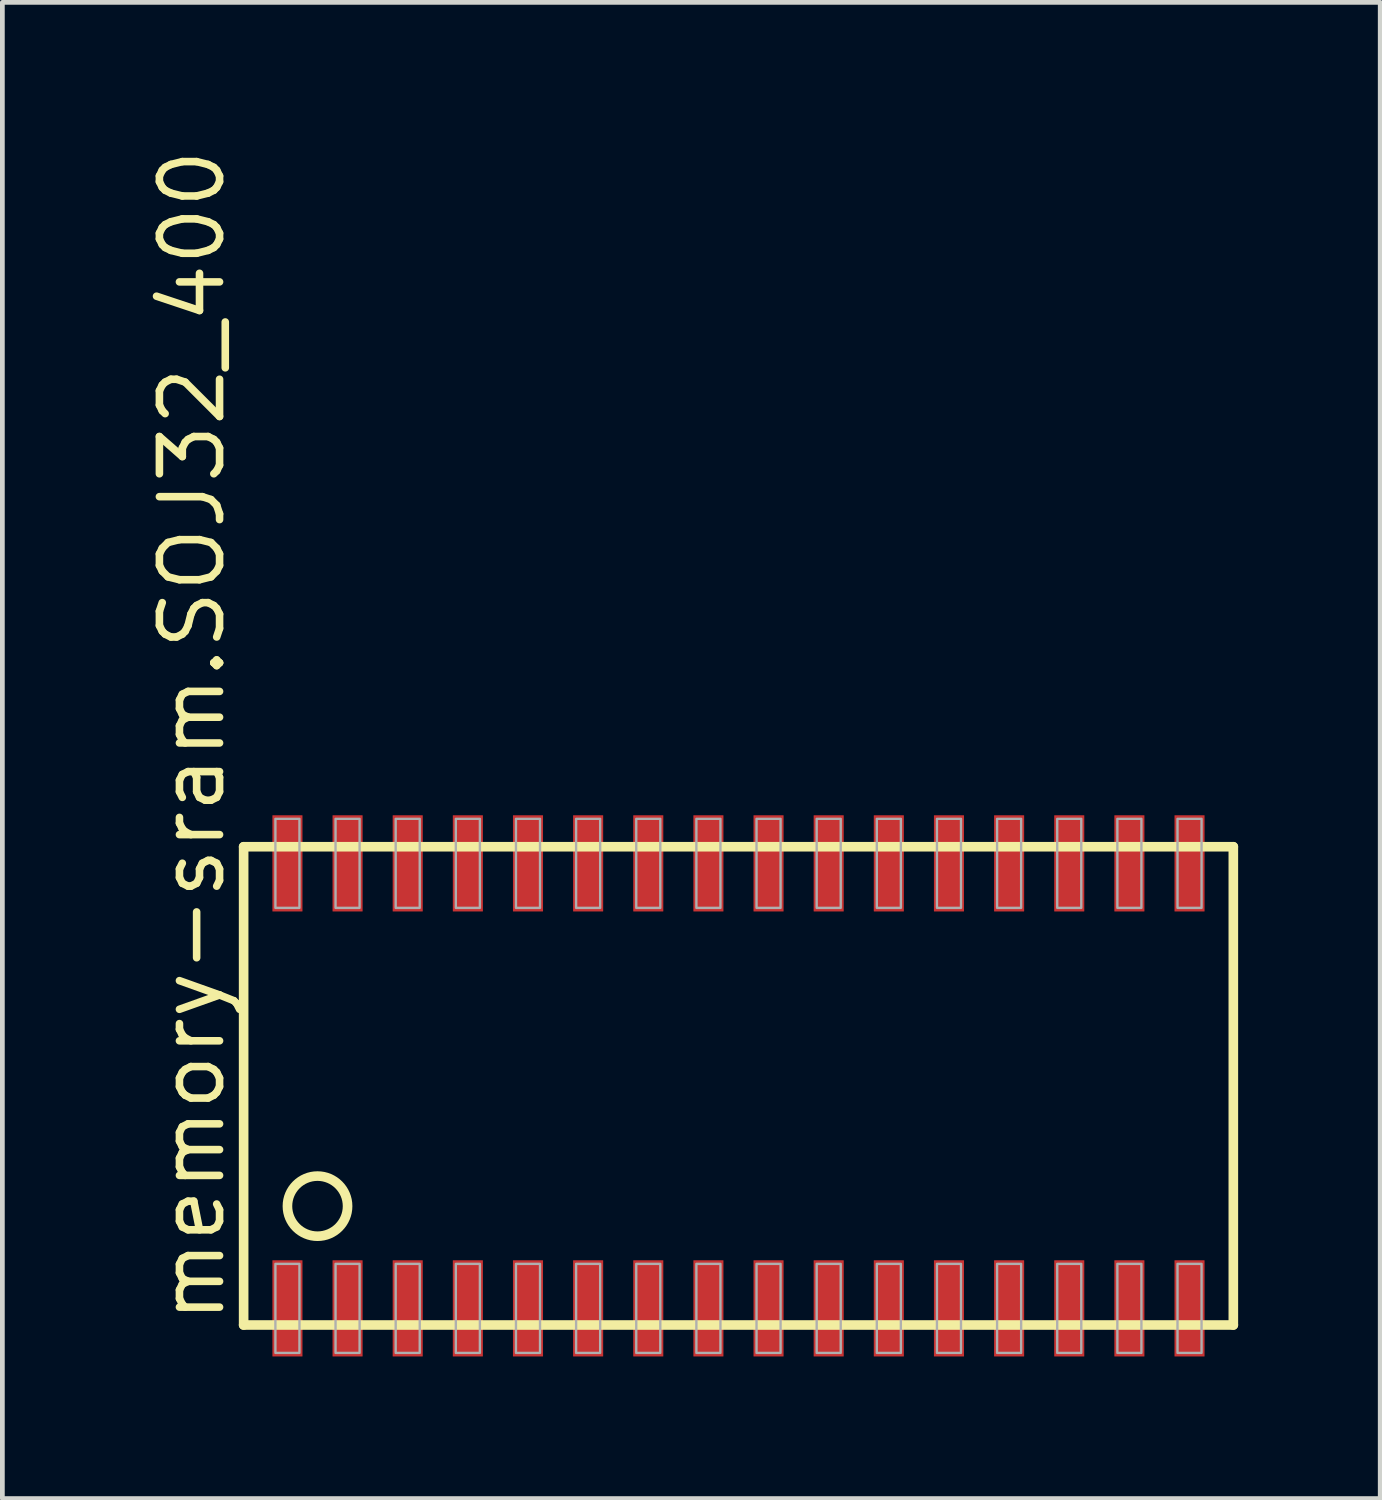
<source format=kicad_pcb>
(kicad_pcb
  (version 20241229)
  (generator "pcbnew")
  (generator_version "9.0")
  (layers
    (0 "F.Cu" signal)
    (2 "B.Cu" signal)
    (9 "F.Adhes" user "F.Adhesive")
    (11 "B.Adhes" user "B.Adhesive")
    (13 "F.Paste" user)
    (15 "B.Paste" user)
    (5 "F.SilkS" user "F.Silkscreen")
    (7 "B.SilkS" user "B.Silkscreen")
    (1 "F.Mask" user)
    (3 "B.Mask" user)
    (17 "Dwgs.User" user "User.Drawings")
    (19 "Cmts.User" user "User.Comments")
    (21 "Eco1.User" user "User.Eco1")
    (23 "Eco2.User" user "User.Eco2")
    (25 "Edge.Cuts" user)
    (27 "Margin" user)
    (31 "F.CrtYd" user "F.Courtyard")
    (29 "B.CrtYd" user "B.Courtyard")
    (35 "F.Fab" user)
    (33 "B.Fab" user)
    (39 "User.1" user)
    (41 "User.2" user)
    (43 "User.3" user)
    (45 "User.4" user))
  (footprint "memory-sram.SOJ32_400"
    (layer "F.Cu")
    (at 12.545 19.881)
    (property "Reference" "memory-sram.SOJ32_400" (at -10.795 5.08 90) (layer "F.SilkS") (effects (font (size 1.27 1.27) (thickness 0.16)) (justify left bottom)))
    (attr smd)
    (fp_line (start -10.45 -5.05) (end 10.45 -5.05) (stroke (width 0.203) (type default)) (layer "F.SilkS"))
    (fp_line (start -10.45 5.05) (end -10.45 -5.05) (stroke (width 0.203) (type default)) (layer "F.SilkS"))
    (fp_line (start 10.45 -5.05) (end 10.45 5.05) (stroke (width 0.203) (type default)) (layer "F.SilkS"))
    (fp_line (start 10.45 5.05) (end -10.45 5.05) (stroke (width 0.203) (type default)) (layer "F.SilkS"))
    (fp_circle (center -8.89 2.54) (end -8.255 2.54) (stroke (width 0.203) (type default)) (fill no) (layer "F.SilkS"))
    (fp_rect (start -9.779 -3.759) (end -9.271 -5.639) (stroke (width 0.05) (type default)) (fill no) (layer "F.Fab"))
    (fp_rect (start -9.779 5.639) (end -9.271 3.759) (stroke (width 0.05) (type default)) (fill no) (layer "F.Fab"))
    (fp_rect (start -8.509 -3.759) (end -8.001 -5.639) (stroke (width 0.05) (type default)) (fill no) (layer "F.Fab"))
    (fp_rect (start -8.509 5.639) (end -8.001 3.759) (stroke (width 0.05) (type default)) (fill no) (layer "F.Fab"))
    (fp_rect (start -7.239 -3.759) (end -6.731 -5.639) (stroke (width 0.05) (type default)) (fill no) (layer "F.Fab"))
    (fp_rect (start -7.239 5.639) (end -6.731 3.759) (stroke (width 0.05) (type default)) (fill no) (layer "F.Fab"))
    (fp_rect (start -5.969 -3.759) (end -5.461 -5.639) (stroke (width 0.05) (type default)) (fill no) (layer "F.Fab"))
    (fp_rect (start -5.969 5.639) (end -5.461 3.759) (stroke (width 0.05) (type default)) (fill no) (layer "F.Fab"))
    (fp_rect (start -4.699 -3.759) (end -4.191 -5.639) (stroke (width 0.05) (type default)) (fill no) (layer "F.Fab"))
    (fp_rect (start -4.699 5.639) (end -4.191 3.759) (stroke (width 0.05) (type default)) (fill no) (layer "F.Fab"))
    (fp_rect (start -3.429 -3.759) (end -2.921 -5.639) (stroke (width 0.05) (type default)) (fill no) (layer "F.Fab"))
    (fp_rect (start -3.429 5.639) (end -2.921 3.759) (stroke (width 0.05) (type default)) (fill no) (layer "F.Fab"))
    (fp_rect (start -2.159 -3.759) (end -1.651 -5.639) (stroke (width 0.05) (type default)) (fill no) (layer "F.Fab"))
    (fp_rect (start -2.159 5.639) (end -1.651 3.759) (stroke (width 0.05) (type default)) (fill no) (layer "F.Fab"))
    (fp_rect (start -0.889 -3.759) (end -0.381 -5.639) (stroke (width 0.05) (type default)) (fill no) (layer "F.Fab"))
    (fp_rect (start -0.889 5.639) (end -0.381 3.759) (stroke (width 0.05) (type default)) (fill no) (layer "F.Fab"))
    (fp_rect (start 0.381 -3.759) (end 0.889 -5.639) (stroke (width 0.05) (type default)) (fill no) (layer "F.Fab"))
    (fp_rect (start 0.381 5.639) (end 0.889 3.759) (stroke (width 0.05) (type default)) (fill no) (layer "F.Fab"))
    (fp_rect (start 1.651 -3.759) (end 2.159 -5.639) (stroke (width 0.05) (type default)) (fill no) (layer "F.Fab"))
    (fp_rect (start 1.651 5.639) (end 2.159 3.759) (stroke (width 0.05) (type default)) (fill no) (layer "F.Fab"))
    (fp_rect (start 2.921 -3.759) (end 3.429 -5.639) (stroke (width 0.05) (type default)) (fill no) (layer "F.Fab"))
    (fp_rect (start 2.921 5.639) (end 3.429 3.759) (stroke (width 0.05) (type default)) (fill no) (layer "F.Fab"))
    (fp_rect (start 4.191 -3.759) (end 4.699 -5.639) (stroke (width 0.05) (type default)) (fill no) (layer "F.Fab"))
    (fp_rect (start 4.191 5.639) (end 4.699 3.759) (stroke (width 0.05) (type default)) (fill no) (layer "F.Fab"))
    (fp_rect (start 5.461 -3.759) (end 5.969 -5.639) (stroke (width 0.05) (type default)) (fill no) (layer "F.Fab"))
    (fp_rect (start 5.461 5.639) (end 5.969 3.759) (stroke (width 0.05) (type default)) (fill no) (layer "F.Fab"))
    (fp_rect (start 6.731 -3.759) (end 7.239 -5.639) (stroke (width 0.05) (type default)) (fill no) (layer "F.Fab"))
    (fp_rect (start 6.731 5.639) (end 7.239 3.759) (stroke (width 0.05) (type default)) (fill no) (layer "F.Fab"))
    (fp_rect (start 8.001 -3.759) (end 8.509 -5.639) (stroke (width 0.05) (type default)) (fill no) (layer "F.Fab"))
    (fp_rect (start 8.001 5.639) (end 8.509 3.759) (stroke (width 0.05) (type default)) (fill no) (layer "F.Fab"))
    (fp_rect (start 9.271 -3.759) (end 9.779 -5.639) (stroke (width 0.05) (type default)) (fill no) (layer "F.Fab"))
    (fp_rect (start 9.271 5.639) (end 9.779 3.759) (stroke (width 0.05) (type default)) (fill no) (layer "F.Fab"))
    (pad "1" smd roundrect (at -9.525 4.699) (size 0.635 2.032) (layers "F.Cu" "F.Mask" "F.Paste") (roundrect_rratio 0.01))
    (pad "2" smd roundrect (at -8.255 4.699) (size 0.635 2.032) (layers "F.Cu" "F.Mask" "F.Paste") (roundrect_rratio 0.01))
    (pad "3" smd roundrect (at -6.985 4.699) (size 0.635 2.032) (layers "F.Cu" "F.Mask" "F.Paste") (roundrect_rratio 0.01))
    (pad "4" smd roundrect (at -5.715 4.699) (size 0.635 2.032) (layers "F.Cu" "F.Mask" "F.Paste") (roundrect_rratio 0.01))
    (pad "5" smd roundrect (at -4.445 4.699) (size 0.635 2.032) (layers "F.Cu" "F.Mask" "F.Paste") (roundrect_rratio 0.01))
    (pad "6" smd roundrect (at -3.175 4.699) (size 0.635 2.032) (layers "F.Cu" "F.Mask" "F.Paste") (roundrect_rratio 0.01))
    (pad "7" smd roundrect (at -1.905 4.699) (size 0.635 2.032) (layers "F.Cu" "F.Mask" "F.Paste") (roundrect_rratio 0.01))
    (pad "8" smd roundrect (at -0.635 4.699) (size 0.635 2.032) (layers "F.Cu" "F.Mask" "F.Paste") (roundrect_rratio 0.01))
    (pad "9" smd roundrect (at 0.635 4.699) (size 0.635 2.032) (layers "F.Cu" "F.Mask" "F.Paste") (roundrect_rratio 0.01))
    (pad "10" smd roundrect (at 1.905 4.699) (size 0.635 2.032) (layers "F.Cu" "F.Mask" "F.Paste") (roundrect_rratio 0.01))
    (pad "11" smd roundrect (at 3.175 4.699) (size 0.635 2.032) (layers "F.Cu" "F.Mask" "F.Paste") (roundrect_rratio 0.01))
    (pad "12" smd roundrect (at 4.445 4.699) (size 0.635 2.032) (layers "F.Cu" "F.Mask" "F.Paste") (roundrect_rratio 0.01))
    (pad "13" smd roundrect (at 5.715 4.699) (size 0.635 2.032) (layers "F.Cu" "F.Mask" "F.Paste") (roundrect_rratio 0.01))
    (pad "14" smd roundrect (at 6.985 4.699) (size 0.635 2.032) (layers "F.Cu" "F.Mask" "F.Paste") (roundrect_rratio 0.01))
    (pad "15" smd roundrect (at 8.255 4.699) (size 0.635 2.032) (layers "F.Cu" "F.Mask" "F.Paste") (roundrect_rratio 0.01))
    (pad "16" smd roundrect (at 9.525 4.699) (size 0.635 2.032) (layers "F.Cu" "F.Mask" "F.Paste") (roundrect_rratio 0.01))
    (pad "17" smd roundrect (at 9.525 -4.699 180) (size 0.635 2.032) (layers "F.Cu" "F.Mask" "F.Paste") (roundrect_rratio 0.01))
    (pad "18" smd roundrect (at 8.255 -4.699 180) (size 0.635 2.032) (layers "F.Cu" "F.Mask" "F.Paste") (roundrect_rratio 0.01))
    (pad "19" smd roundrect (at 6.985 -4.699 180) (size 0.635 2.032) (layers "F.Cu" "F.Mask" "F.Paste") (roundrect_rratio 0.01))
    (pad "20" smd roundrect (at 5.715 -4.699 180) (size 0.635 2.032) (layers "F.Cu" "F.Mask" "F.Paste") (roundrect_rratio 0.01))
    (pad "21" smd roundrect (at 4.445 -4.699 180) (size 0.635 2.032) (layers "F.Cu" "F.Mask" "F.Paste") (roundrect_rratio 0.01))
    (pad "22" smd roundrect (at 3.175 -4.699 180) (size 0.635 2.032) (layers "F.Cu" "F.Mask" "F.Paste") (roundrect_rratio 0.01))
    (pad "23" smd roundrect (at 1.905 -4.699 180) (size 0.635 2.032) (layers "F.Cu" "F.Mask" "F.Paste") (roundrect_rratio 0.01))
    (pad "24" smd roundrect (at 0.635 -4.699 180) (size 0.635 2.032) (layers "F.Cu" "F.Mask" "F.Paste") (roundrect_rratio 0.01))
    (pad "25" smd roundrect (at -0.635 -4.699 180) (size 0.635 2.032) (layers "F.Cu" "F.Mask" "F.Paste") (roundrect_rratio 0.01))
    (pad "26" smd roundrect (at -1.905 -4.699 180) (size 0.635 2.032) (layers "F.Cu" "F.Mask" "F.Paste") (roundrect_rratio 0.01))
    (pad "27" smd roundrect (at -3.175 -4.699 180) (size 0.635 2.032) (layers "F.Cu" "F.Mask" "F.Paste") (roundrect_rratio 0.01))
    (pad "28" smd roundrect (at -4.445 -4.699 180) (size 0.635 2.032) (layers "F.Cu" "F.Mask" "F.Paste") (roundrect_rratio 0.01))
    (pad "29" smd roundrect (at -5.715 -4.699 180) (size 0.635 2.032) (layers "F.Cu" "F.Mask" "F.Paste") (roundrect_rratio 0.01))
    (pad "30" smd roundrect (at -6.985 -4.699 180) (size 0.635 2.032) (layers "F.Cu" "F.Mask" "F.Paste") (roundrect_rratio 0.01))
    (pad "31" smd roundrect (at -8.255 -4.699 180) (size 0.635 2.032) (layers "F.Cu" "F.Mask" "F.Paste") (roundrect_rratio 0.01))
    (pad "32" smd roundrect (at -9.525 -4.699 180) (size 0.635 2.032) (layers "F.Cu" "F.Mask" "F.Paste") (roundrect_rratio 0.01)))
  (gr_rect
    (start -3 -3)
    (end 26.097 28.596)
    (stroke (width 0.1) (type default))
    (fill no)
    (layer "Edge.Cuts")))
</source>
